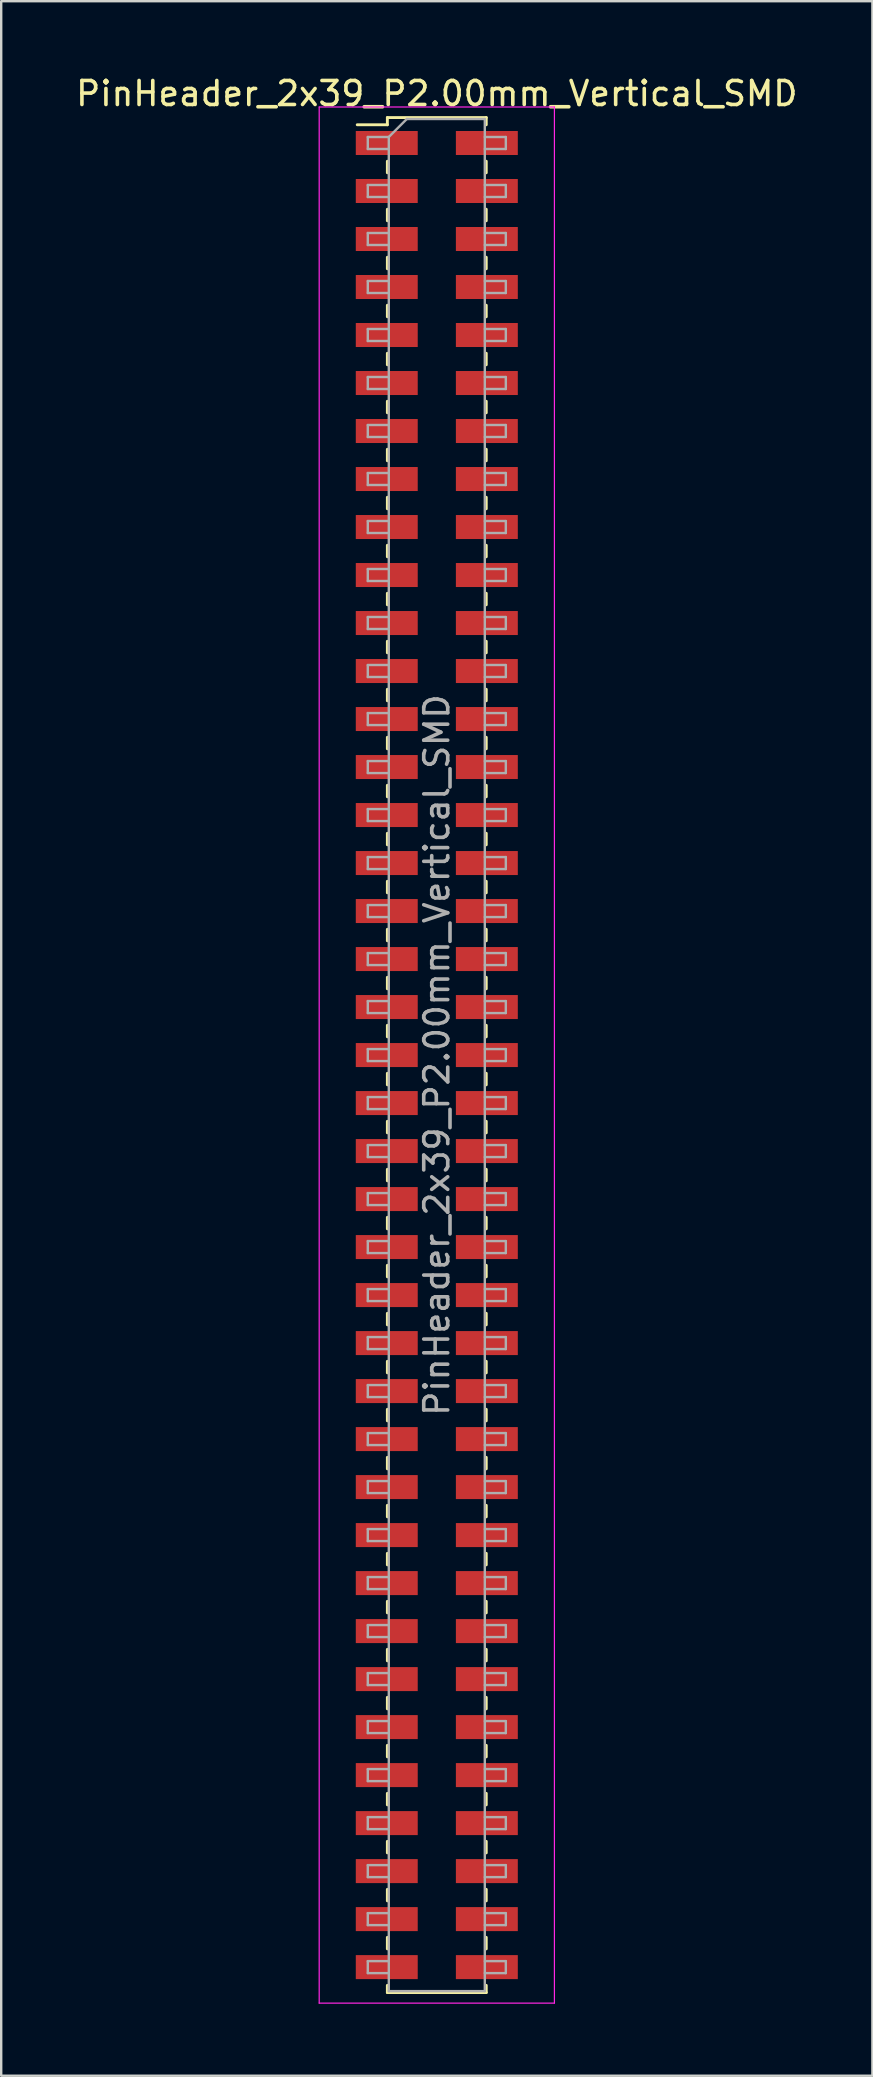
<source format=kicad_pcb>
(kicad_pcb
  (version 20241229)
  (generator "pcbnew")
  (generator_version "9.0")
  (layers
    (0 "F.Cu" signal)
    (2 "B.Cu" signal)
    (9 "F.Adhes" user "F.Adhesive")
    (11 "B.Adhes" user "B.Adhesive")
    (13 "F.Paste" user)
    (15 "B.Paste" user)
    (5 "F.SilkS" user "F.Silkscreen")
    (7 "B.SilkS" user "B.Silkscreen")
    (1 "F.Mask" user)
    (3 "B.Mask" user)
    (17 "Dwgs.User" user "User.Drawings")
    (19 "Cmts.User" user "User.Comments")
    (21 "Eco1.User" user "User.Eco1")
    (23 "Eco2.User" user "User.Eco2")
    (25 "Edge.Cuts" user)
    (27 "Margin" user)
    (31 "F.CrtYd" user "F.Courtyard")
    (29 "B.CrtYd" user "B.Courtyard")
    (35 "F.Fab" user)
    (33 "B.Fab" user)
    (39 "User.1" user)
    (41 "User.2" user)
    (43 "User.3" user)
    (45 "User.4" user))
  (footprint "PinHeader_2x39_P2.00mm_Vertical_SMD"
    (layer "F.Cu")
    (at 15.149 40.908)
    (property "Reference" "PinHeader_2x39_P2.00mm_Vertical_SMD" (at 0 -40.06 0) (layer "F.SilkS") (effects (font (size 1 1) (thickness 0.15))))
    (attr smd)
    (fp_line (start -3.315 -38.76) (end -2.06 -38.76) (stroke (width 0.12) (type solid)) (layer "F.SilkS"))
    (fp_line (start -2.06 -39.06) (end -2.06 -38.76) (stroke (width 0.12) (type solid)) (layer "F.SilkS"))
    (fp_line (start -2.06 -39.06) (end 2.06 -39.06) (stroke (width 0.12) (type solid)) (layer "F.SilkS"))
    (fp_line (start -2.06 -37.24) (end -2.06 -36.76) (stroke (width 0.12) (type solid)) (layer "F.SilkS"))
    (fp_line (start -2.06 -35.24) (end -2.06 -34.76) (stroke (width 0.12) (type solid)) (layer "F.SilkS"))
    (fp_line (start -2.06 -33.24) (end -2.06 -32.76) (stroke (width 0.12) (type solid)) (layer "F.SilkS"))
    (fp_line (start -2.06 -31.24) (end -2.06 -30.76) (stroke (width 0.12) (type solid)) (layer "F.SilkS"))
    (fp_line (start -2.06 -29.24) (end -2.06 -28.76) (stroke (width 0.12) (type solid)) (layer "F.SilkS"))
    (fp_line (start -2.06 -27.24) (end -2.06 -26.76) (stroke (width 0.12) (type solid)) (layer "F.SilkS"))
    (fp_line (start -2.06 -25.24) (end -2.06 -24.76) (stroke (width 0.12) (type solid)) (layer "F.SilkS"))
    (fp_line (start -2.06 -23.24) (end -2.06 -22.76) (stroke (width 0.12) (type solid)) (layer "F.SilkS"))
    (fp_line (start -2.06 -21.24) (end -2.06 -20.76) (stroke (width 0.12) (type solid)) (layer "F.SilkS"))
    (fp_line (start -2.06 -19.24) (end -2.06 -18.76) (stroke (width 0.12) (type solid)) (layer "F.SilkS"))
    (fp_line (start -2.06 -17.24) (end -2.06 -16.76) (stroke (width 0.12) (type solid)) (layer "F.SilkS"))
    (fp_line (start -2.06 -15.24) (end -2.06 -14.76) (stroke (width 0.12) (type solid)) (layer "F.SilkS"))
    (fp_line (start -2.06 -13.24) (end -2.06 -12.76) (stroke (width 0.12) (type solid)) (layer "F.SilkS"))
    (fp_line (start -2.06 -11.24) (end -2.06 -10.76) (stroke (width 0.12) (type solid)) (layer "F.SilkS"))
    (fp_line (start -2.06 -9.24) (end -2.06 -8.76) (stroke (width 0.12) (type solid)) (layer "F.SilkS"))
    (fp_line (start -2.06 -7.24) (end -2.06 -6.76) (stroke (width 0.12) (type solid)) (layer "F.SilkS"))
    (fp_line (start -2.06 -5.24) (end -2.06 -4.76) (stroke (width 0.12) (type solid)) (layer "F.SilkS"))
    (fp_line (start -2.06 -3.24) (end -2.06 -2.76) (stroke (width 0.12) (type solid)) (layer "F.SilkS"))
    (fp_line (start -2.06 -1.24) (end -2.06 -0.76) (stroke (width 0.12) (type solid)) (layer "F.SilkS"))
    (fp_line (start -2.06 0.76) (end -2.06 1.24) (stroke (width 0.12) (type solid)) (layer "F.SilkS"))
    (fp_line (start -2.06 2.76) (end -2.06 3.24) (stroke (width 0.12) (type solid)) (layer "F.SilkS"))
    (fp_line (start -2.06 4.76) (end -2.06 5.24) (stroke (width 0.12) (type solid)) (layer "F.SilkS"))
    (fp_line (start -2.06 6.76) (end -2.06 7.24) (stroke (width 0.12) (type solid)) (layer "F.SilkS"))
    (fp_line (start -2.06 8.76) (end -2.06 9.24) (stroke (width 0.12) (type solid)) (layer "F.SilkS"))
    (fp_line (start -2.06 10.76) (end -2.06 11.24) (stroke (width 0.12) (type solid)) (layer "F.SilkS"))
    (fp_line (start -2.06 12.76) (end -2.06 13.24) (stroke (width 0.12) (type solid)) (layer "F.SilkS"))
    (fp_line (start -2.06 14.76) (end -2.06 15.24) (stroke (width 0.12) (type solid)) (layer "F.SilkS"))
    (fp_line (start -2.06 16.76) (end -2.06 17.24) (stroke (width 0.12) (type solid)) (layer "F.SilkS"))
    (fp_line (start -2.06 18.76) (end -2.06 19.24) (stroke (width 0.12) (type solid)) (layer "F.SilkS"))
    (fp_line (start -2.06 20.76) (end -2.06 21.24) (stroke (width 0.12) (type solid)) (layer "F.SilkS"))
    (fp_line (start -2.06 22.76) (end -2.06 23.24) (stroke (width 0.12) (type solid)) (layer "F.SilkS"))
    (fp_line (start -2.06 24.76) (end -2.06 25.24) (stroke (width 0.12) (type solid)) (layer "F.SilkS"))
    (fp_line (start -2.06 26.76) (end -2.06 27.24) (stroke (width 0.12) (type solid)) (layer "F.SilkS"))
    (fp_line (start -2.06 28.76) (end -2.06 29.24) (stroke (width 0.12) (type solid)) (layer "F.SilkS"))
    (fp_line (start -2.06 30.76) (end -2.06 31.24) (stroke (width 0.12) (type solid)) (layer "F.SilkS"))
    (fp_line (start -2.06 32.76) (end -2.06 33.24) (stroke (width 0.12) (type solid)) (layer "F.SilkS"))
    (fp_line (start -2.06 34.76) (end -2.06 35.24) (stroke (width 0.12) (type solid)) (layer "F.SilkS"))
    (fp_line (start -2.06 36.76) (end -2.06 37.24) (stroke (width 0.12) (type solid)) (layer "F.SilkS"))
    (fp_line (start -2.06 38.76) (end -2.06 39.06) (stroke (width 0.12) (type solid)) (layer "F.SilkS"))
    (fp_line (start -2.06 39.06) (end 2.06 39.06) (stroke (width 0.12) (type solid)) (layer "F.SilkS"))
    (fp_line (start 2.06 -39.06) (end 2.06 -38.76) (stroke (width 0.12) (type solid)) (layer "F.SilkS"))
    (fp_line (start 2.06 -37.24) (end 2.06 -36.76) (stroke (width 0.12) (type solid)) (layer "F.SilkS"))
    (fp_line (start 2.06 -35.24) (end 2.06 -34.76) (stroke (width 0.12) (type solid)) (layer "F.SilkS"))
    (fp_line (start 2.06 -33.24) (end 2.06 -32.76) (stroke (width 0.12) (type solid)) (layer "F.SilkS"))
    (fp_line (start 2.06 -31.24) (end 2.06 -30.76) (stroke (width 0.12) (type solid)) (layer "F.SilkS"))
    (fp_line (start 2.06 -29.24) (end 2.06 -28.76) (stroke (width 0.12) (type solid)) (layer "F.SilkS"))
    (fp_line (start 2.06 -27.24) (end 2.06 -26.76) (stroke (width 0.12) (type solid)) (layer "F.SilkS"))
    (fp_line (start 2.06 -25.24) (end 2.06 -24.76) (stroke (width 0.12) (type solid)) (layer "F.SilkS"))
    (fp_line (start 2.06 -23.24) (end 2.06 -22.76) (stroke (width 0.12) (type solid)) (layer "F.SilkS"))
    (fp_line (start 2.06 -21.24) (end 2.06 -20.76) (stroke (width 0.12) (type solid)) (layer "F.SilkS"))
    (fp_line (start 2.06 -19.24) (end 2.06 -18.76) (stroke (width 0.12) (type solid)) (layer "F.SilkS"))
    (fp_line (start 2.06 -17.24) (end 2.06 -16.76) (stroke (width 0.12) (type solid)) (layer "F.SilkS"))
    (fp_line (start 2.06 -15.24) (end 2.06 -14.76) (stroke (width 0.12) (type solid)) (layer "F.SilkS"))
    (fp_line (start 2.06 -13.24) (end 2.06 -12.76) (stroke (width 0.12) (type solid)) (layer "F.SilkS"))
    (fp_line (start 2.06 -11.24) (end 2.06 -10.76) (stroke (width 0.12) (type solid)) (layer "F.SilkS"))
    (fp_line (start 2.06 -9.24) (end 2.06 -8.76) (stroke (width 0.12) (type solid)) (layer "F.SilkS"))
    (fp_line (start 2.06 -7.24) (end 2.06 -6.76) (stroke (width 0.12) (type solid)) (layer "F.SilkS"))
    (fp_line (start 2.06 -5.24) (end 2.06 -4.76) (stroke (width 0.12) (type solid)) (layer "F.SilkS"))
    (fp_line (start 2.06 -3.24) (end 2.06 -2.76) (stroke (width 0.12) (type solid)) (layer "F.SilkS"))
    (fp_line (start 2.06 -1.24) (end 2.06 -0.76) (stroke (width 0.12) (type solid)) (layer "F.SilkS"))
    (fp_line (start 2.06 0.76) (end 2.06 1.24) (stroke (width 0.12) (type solid)) (layer "F.SilkS"))
    (fp_line (start 2.06 2.76) (end 2.06 3.24) (stroke (width 0.12) (type solid)) (layer "F.SilkS"))
    (fp_line (start 2.06 4.76) (end 2.06 5.24) (stroke (width 0.12) (type solid)) (layer "F.SilkS"))
    (fp_line (start 2.06 6.76) (end 2.06 7.24) (stroke (width 0.12) (type solid)) (layer "F.SilkS"))
    (fp_line (start 2.06 8.76) (end 2.06 9.24) (stroke (width 0.12) (type solid)) (layer "F.SilkS"))
    (fp_line (start 2.06 10.76) (end 2.06 11.24) (stroke (width 0.12) (type solid)) (layer "F.SilkS"))
    (fp_line (start 2.06 12.76) (end 2.06 13.24) (stroke (width 0.12) (type solid)) (layer "F.SilkS"))
    (fp_line (start 2.06 14.76) (end 2.06 15.24) (stroke (width 0.12) (type solid)) (layer "F.SilkS"))
    (fp_line (start 2.06 16.76) (end 2.06 17.24) (stroke (width 0.12) (type solid)) (layer "F.SilkS"))
    (fp_line (start 2.06 18.76) (end 2.06 19.24) (stroke (width 0.12) (type solid)) (layer "F.SilkS"))
    (fp_line (start 2.06 20.76) (end 2.06 21.24) (stroke (width 0.12) (type solid)) (layer "F.SilkS"))
    (fp_line (start 2.06 22.76) (end 2.06 23.24) (stroke (width 0.12) (type solid)) (layer "F.SilkS"))
    (fp_line (start 2.06 24.76) (end 2.06 25.24) (stroke (width 0.12) (type solid)) (layer "F.SilkS"))
    (fp_line (start 2.06 26.76) (end 2.06 27.24) (stroke (width 0.12) (type solid)) (layer "F.SilkS"))
    (fp_line (start 2.06 28.76) (end 2.06 29.24) (stroke (width 0.12) (type solid)) (layer "F.SilkS"))
    (fp_line (start 2.06 30.76) (end 2.06 31.24) (stroke (width 0.12) (type solid)) (layer "F.SilkS"))
    (fp_line (start 2.06 32.76) (end 2.06 33.24) (stroke (width 0.12) (type solid)) (layer "F.SilkS"))
    (fp_line (start 2.06 34.76) (end 2.06 35.24) (stroke (width 0.12) (type solid)) (layer "F.SilkS"))
    (fp_line (start 2.06 36.76) (end 2.06 37.24) (stroke (width 0.12) (type solid)) (layer "F.SilkS"))
    (fp_line (start 2.06 38.76) (end 2.06 39.06) (stroke (width 0.12) (type solid)) (layer "F.SilkS"))
    (fp_line (start -4.9 -39.5) (end -4.9 39.5) (stroke (width 0.05) (type solid)) (layer "F.CrtYd"))
    (fp_line (start -4.9 39.5) (end 4.9 39.5) (stroke (width 0.05) (type solid)) (layer "F.CrtYd"))
    (fp_line (start 4.9 -39.5) (end -4.9 -39.5) (stroke (width 0.05) (type solid)) (layer "F.CrtYd"))
    (fp_line (start 4.9 39.5) (end 4.9 -39.5) (stroke (width 0.05) (type solid)) (layer "F.CrtYd"))
    (fp_line (start -2.875 -38.25) (end -2.875 -37.75) (stroke (width 0.1) (type solid)) (layer "F.Fab"))
    (fp_line (start -2.875 -37.75) (end -2 -37.75) (stroke (width 0.1) (type solid)) (layer "F.Fab"))
    (fp_line (start -2.875 -36.25) (end -2.875 -35.75) (stroke (width 0.1) (type solid)) (layer "F.Fab"))
    (fp_line (start -2.875 -35.75) (end -2 -35.75) (stroke (width 0.1) (type solid)) (layer "F.Fab"))
    (fp_line (start -2.875 -34.25) (end -2.875 -33.75) (stroke (width 0.1) (type solid)) (layer "F.Fab"))
    (fp_line (start -2.875 -33.75) (end -2 -33.75) (stroke (width 0.1) (type solid)) (layer "F.Fab"))
    (fp_line (start -2.875 -32.25) (end -2.875 -31.75) (stroke (width 0.1) (type solid)) (layer "F.Fab"))
    (fp_line (start -2.875 -31.75) (end -2 -31.75) (stroke (width 0.1) (type solid)) (layer "F.Fab"))
    (fp_line (start -2.875 -30.25) (end -2.875 -29.75) (stroke (width 0.1) (type solid)) (layer "F.Fab"))
    (fp_line (start -2.875 -29.75) (end -2 -29.75) (stroke (width 0.1) (type solid)) (layer "F.Fab"))
    (fp_line (start -2.875 -28.25) (end -2.875 -27.75) (stroke (width 0.1) (type solid)) (layer "F.Fab"))
    (fp_line (start -2.875 -27.75) (end -2 -27.75) (stroke (width 0.1) (type solid)) (layer "F.Fab"))
    (fp_line (start -2.875 -26.25) (end -2.875 -25.75) (stroke (width 0.1) (type solid)) (layer "F.Fab"))
    (fp_line (start -2.875 -25.75) (end -2 -25.75) (stroke (width 0.1) (type solid)) (layer "F.Fab"))
    (fp_line (start -2.875 -24.25) (end -2.875 -23.75) (stroke (width 0.1) (type solid)) (layer "F.Fab"))
    (fp_line (start -2.875 -23.75) (end -2 -23.75) (stroke (width 0.1) (type solid)) (layer "F.Fab"))
    (fp_line (start -2.875 -22.25) (end -2.875 -21.75) (stroke (width 0.1) (type solid)) (layer "F.Fab"))
    (fp_line (start -2.875 -21.75) (end -2 -21.75) (stroke (width 0.1) (type solid)) (layer "F.Fab"))
    (fp_line (start -2.875 -20.25) (end -2.875 -19.75) (stroke (width 0.1) (type solid)) (layer "F.Fab"))
    (fp_line (start -2.875 -19.75) (end -2 -19.75) (stroke (width 0.1) (type solid)) (layer "F.Fab"))
    (fp_line (start -2.875 -18.25) (end -2.875 -17.75) (stroke (width 0.1) (type solid)) (layer "F.Fab"))
    (fp_line (start -2.875 -17.75) (end -2 -17.75) (stroke (width 0.1) (type solid)) (layer "F.Fab"))
    (fp_line (start -2.875 -16.25) (end -2.875 -15.75) (stroke (width 0.1) (type solid)) (layer "F.Fab"))
    (fp_line (start -2.875 -15.75) (end -2 -15.75) (stroke (width 0.1) (type solid)) (layer "F.Fab"))
    (fp_line (start -2.875 -14.25) (end -2.875 -13.75) (stroke (width 0.1) (type solid)) (layer "F.Fab"))
    (fp_line (start -2.875 -13.75) (end -2 -13.75) (stroke (width 0.1) (type solid)) (layer "F.Fab"))
    (fp_line (start -2.875 -12.25) (end -2.875 -11.75) (stroke (width 0.1) (type solid)) (layer "F.Fab"))
    (fp_line (start -2.875 -11.75) (end -2 -11.75) (stroke (width 0.1) (type solid)) (layer "F.Fab"))
    (fp_line (start -2.875 -10.25) (end -2.875 -9.75) (stroke (width 0.1) (type solid)) (layer "F.Fab"))
    (fp_line (start -2.875 -9.75) (end -2 -9.75) (stroke (width 0.1) (type solid)) (layer "F.Fab"))
    (fp_line (start -2.875 -8.25) (end -2.875 -7.75) (stroke (width 0.1) (type solid)) (layer "F.Fab"))
    (fp_line (start -2.875 -7.75) (end -2 -7.75) (stroke (width 0.1) (type solid)) (layer "F.Fab"))
    (fp_line (start -2.875 -6.25) (end -2.875 -5.75) (stroke (width 0.1) (type solid)) (layer "F.Fab"))
    (fp_line (start -2.875 -5.75) (end -2 -5.75) (stroke (width 0.1) (type solid)) (layer "F.Fab"))
    (fp_line (start -2.875 -4.25) (end -2.875 -3.75) (stroke (width 0.1) (type solid)) (layer "F.Fab"))
    (fp_line (start -2.875 -3.75) (end -2 -3.75) (stroke (width 0.1) (type solid)) (layer "F.Fab"))
    (fp_line (start -2.875 -2.25) (end -2.875 -1.75) (stroke (width 0.1) (type solid)) (layer "F.Fab"))
    (fp_line (start -2.875 -1.75) (end -2 -1.75) (stroke (width 0.1) (type solid)) (layer "F.Fab"))
    (fp_line (start -2.875 -0.25) (end -2.875 0.25) (stroke (width 0.1) (type solid)) (layer "F.Fab"))
    (fp_line (start -2.875 0.25) (end -2 0.25) (stroke (width 0.1) (type solid)) (layer "F.Fab"))
    (fp_line (start -2.875 1.75) (end -2.875 2.25) (stroke (width 0.1) (type solid)) (layer "F.Fab"))
    (fp_line (start -2.875 2.25) (end -2 2.25) (stroke (width 0.1) (type solid)) (layer "F.Fab"))
    (fp_line (start -2.875 3.75) (end -2.875 4.25) (stroke (width 0.1) (type solid)) (layer "F.Fab"))
    (fp_line (start -2.875 4.25) (end -2 4.25) (stroke (width 0.1) (type solid)) (layer "F.Fab"))
    (fp_line (start -2.875 5.75) (end -2.875 6.25) (stroke (width 0.1) (type solid)) (layer "F.Fab"))
    (fp_line (start -2.875 6.25) (end -2 6.25) (stroke (width 0.1) (type solid)) (layer "F.Fab"))
    (fp_line (start -2.875 7.75) (end -2.875 8.25) (stroke (width 0.1) (type solid)) (layer "F.Fab"))
    (fp_line (start -2.875 8.25) (end -2 8.25) (stroke (width 0.1) (type solid)) (layer "F.Fab"))
    (fp_line (start -2.875 9.75) (end -2.875 10.25) (stroke (width 0.1) (type solid)) (layer "F.Fab"))
    (fp_line (start -2.875 10.25) (end -2 10.25) (stroke (width 0.1) (type solid)) (layer "F.Fab"))
    (fp_line (start -2.875 11.75) (end -2.875 12.25) (stroke (width 0.1) (type solid)) (layer "F.Fab"))
    (fp_line (start -2.875 12.25) (end -2 12.25) (stroke (width 0.1) (type solid)) (layer "F.Fab"))
    (fp_line (start -2.875 13.75) (end -2.875 14.25) (stroke (width 0.1) (type solid)) (layer "F.Fab"))
    (fp_line (start -2.875 14.25) (end -2 14.25) (stroke (width 0.1) (type solid)) (layer "F.Fab"))
    (fp_line (start -2.875 15.75) (end -2.875 16.25) (stroke (width 0.1) (type solid)) (layer "F.Fab"))
    (fp_line (start -2.875 16.25) (end -2 16.25) (stroke (width 0.1) (type solid)) (layer "F.Fab"))
    (fp_line (start -2.875 17.75) (end -2.875 18.25) (stroke (width 0.1) (type solid)) (layer "F.Fab"))
    (fp_line (start -2.875 18.25) (end -2 18.25) (stroke (width 0.1) (type solid)) (layer "F.Fab"))
    (fp_line (start -2.875 19.75) (end -2.875 20.25) (stroke (width 0.1) (type solid)) (layer "F.Fab"))
    (fp_line (start -2.875 20.25) (end -2 20.25) (stroke (width 0.1) (type solid)) (layer "F.Fab"))
    (fp_line (start -2.875 21.75) (end -2.875 22.25) (stroke (width 0.1) (type solid)) (layer "F.Fab"))
    (fp_line (start -2.875 22.25) (end -2 22.25) (stroke (width 0.1) (type solid)) (layer "F.Fab"))
    (fp_line (start -2.875 23.75) (end -2.875 24.25) (stroke (width 0.1) (type solid)) (layer "F.Fab"))
    (fp_line (start -2.875 24.25) (end -2 24.25) (stroke (width 0.1) (type solid)) (layer "F.Fab"))
    (fp_line (start -2.875 25.75) (end -2.875 26.25) (stroke (width 0.1) (type solid)) (layer "F.Fab"))
    (fp_line (start -2.875 26.25) (end -2 26.25) (stroke (width 0.1) (type solid)) (layer "F.Fab"))
    (fp_line (start -2.875 27.75) (end -2.875 28.25) (stroke (width 0.1) (type solid)) (layer "F.Fab"))
    (fp_line (start -2.875 28.25) (end -2 28.25) (stroke (width 0.1) (type solid)) (layer "F.Fab"))
    (fp_line (start -2.875 29.75) (end -2.875 30.25) (stroke (width 0.1) (type solid)) (layer "F.Fab"))
    (fp_line (start -2.875 30.25) (end -2 30.25) (stroke (width 0.1) (type solid)) (layer "F.Fab"))
    (fp_line (start -2.875 31.75) (end -2.875 32.25) (stroke (width 0.1) (type solid)) (layer "F.Fab"))
    (fp_line (start -2.875 32.25) (end -2 32.25) (stroke (width 0.1) (type solid)) (layer "F.Fab"))
    (fp_line (start -2.875 33.75) (end -2.875 34.25) (stroke (width 0.1) (type solid)) (layer "F.Fab"))
    (fp_line (start -2.875 34.25) (end -2 34.25) (stroke (width 0.1) (type solid)) (layer "F.Fab"))
    (fp_line (start -2.875 35.75) (end -2.875 36.25) (stroke (width 0.1) (type solid)) (layer "F.Fab"))
    (fp_line (start -2.875 36.25) (end -2 36.25) (stroke (width 0.1) (type solid)) (layer "F.Fab"))
    (fp_line (start -2.875 37.75) (end -2.875 38.25) (stroke (width 0.1) (type solid)) (layer "F.Fab"))
    (fp_line (start -2.875 38.25) (end -2 38.25) (stroke (width 0.1) (type solid)) (layer "F.Fab"))
    (fp_line (start -2 -38.25) (end -2.875 -38.25) (stroke (width 0.1) (type solid)) (layer "F.Fab"))
    (fp_line (start -2 -38.25) (end -1.25 -39) (stroke (width 0.1) (type solid)) (layer "F.Fab"))
    (fp_line (start -2 -36.25) (end -2.875 -36.25) (stroke (width 0.1) (type solid)) (layer "F.Fab"))
    (fp_line (start -2 -34.25) (end -2.875 -34.25) (stroke (width 0.1) (type solid)) (layer "F.Fab"))
    (fp_line (start -2 -32.25) (end -2.875 -32.25) (stroke (width 0.1) (type solid)) (layer "F.Fab"))
    (fp_line (start -2 -30.25) (end -2.875 -30.25) (stroke (width 0.1) (type solid)) (layer "F.Fab"))
    (fp_line (start -2 -28.25) (end -2.875 -28.25) (stroke (width 0.1) (type solid)) (layer "F.Fab"))
    (fp_line (start -2 -26.25) (end -2.875 -26.25) (stroke (width 0.1) (type solid)) (layer "F.Fab"))
    (fp_line (start -2 -24.25) (end -2.875 -24.25) (stroke (width 0.1) (type solid)) (layer "F.Fab"))
    (fp_line (start -2 -22.25) (end -2.875 -22.25) (stroke (width 0.1) (type solid)) (layer "F.Fab"))
    (fp_line (start -2 -20.25) (end -2.875 -20.25) (stroke (width 0.1) (type solid)) (layer "F.Fab"))
    (fp_line (start -2 -18.25) (end -2.875 -18.25) (stroke (width 0.1) (type solid)) (layer "F.Fab"))
    (fp_line (start -2 -16.25) (end -2.875 -16.25) (stroke (width 0.1) (type solid)) (layer "F.Fab"))
    (fp_line (start -2 -14.25) (end -2.875 -14.25) (stroke (width 0.1) (type solid)) (layer "F.Fab"))
    (fp_line (start -2 -12.25) (end -2.875 -12.25) (stroke (width 0.1) (type solid)) (layer "F.Fab"))
    (fp_line (start -2 -10.25) (end -2.875 -10.25) (stroke (width 0.1) (type solid)) (layer "F.Fab"))
    (fp_line (start -2 -8.25) (end -2.875 -8.25) (stroke (width 0.1) (type solid)) (layer "F.Fab"))
    (fp_line (start -2 -6.25) (end -2.875 -6.25) (stroke (width 0.1) (type solid)) (layer "F.Fab"))
    (fp_line (start -2 -4.25) (end -2.875 -4.25) (stroke (width 0.1) (type solid)) (layer "F.Fab"))
    (fp_line (start -2 -2.25) (end -2.875 -2.25) (stroke (width 0.1) (type solid)) (layer "F.Fab"))
    (fp_line (start -2 -0.25) (end -2.875 -0.25) (stroke (width 0.1) (type solid)) (layer "F.Fab"))
    (fp_line (start -2 1.75) (end -2.875 1.75) (stroke (width 0.1) (type solid)) (layer "F.Fab"))
    (fp_line (start -2 3.75) (end -2.875 3.75) (stroke (width 0.1) (type solid)) (layer "F.Fab"))
    (fp_line (start -2 5.75) (end -2.875 5.75) (stroke (width 0.1) (type solid)) (layer "F.Fab"))
    (fp_line (start -2 7.75) (end -2.875 7.75) (stroke (width 0.1) (type solid)) (layer "F.Fab"))
    (fp_line (start -2 9.75) (end -2.875 9.75) (stroke (width 0.1) (type solid)) (layer "F.Fab"))
    (fp_line (start -2 11.75) (end -2.875 11.75) (stroke (width 0.1) (type solid)) (layer "F.Fab"))
    (fp_line (start -2 13.75) (end -2.875 13.75) (stroke (width 0.1) (type solid)) (layer "F.Fab"))
    (fp_line (start -2 15.75) (end -2.875 15.75) (stroke (width 0.1) (type solid)) (layer "F.Fab"))
    (fp_line (start -2 17.75) (end -2.875 17.75) (stroke (width 0.1) (type solid)) (layer "F.Fab"))
    (fp_line (start -2 19.75) (end -2.875 19.75) (stroke (width 0.1) (type solid)) (layer "F.Fab"))
    (fp_line (start -2 21.75) (end -2.875 21.75) (stroke (width 0.1) (type solid)) (layer "F.Fab"))
    (fp_line (start -2 23.75) (end -2.875 23.75) (stroke (width 0.1) (type solid)) (layer "F.Fab"))
    (fp_line (start -2 25.75) (end -2.875 25.75) (stroke (width 0.1) (type solid)) (layer "F.Fab"))
    (fp_line (start -2 27.75) (end -2.875 27.75) (stroke (width 0.1) (type solid)) (layer "F.Fab"))
    (fp_line (start -2 29.75) (end -2.875 29.75) (stroke (width 0.1) (type solid)) (layer "F.Fab"))
    (fp_line (start -2 31.75) (end -2.875 31.75) (stroke (width 0.1) (type solid)) (layer "F.Fab"))
    (fp_line (start -2 33.75) (end -2.875 33.75) (stroke (width 0.1) (type solid)) (layer "F.Fab"))
    (fp_line (start -2 35.75) (end -2.875 35.75) (stroke (width 0.1) (type solid)) (layer "F.Fab"))
    (fp_line (start -2 37.75) (end -2.875 37.75) (stroke (width 0.1) (type solid)) (layer "F.Fab"))
    (fp_line (start -2 39) (end -2 -38.25) (stroke (width 0.1) (type solid)) (layer "F.Fab"))
    (fp_line (start -1.25 -39) (end 2 -39) (stroke (width 0.1) (type solid)) (layer "F.Fab"))
    (fp_line (start 2 -39) (end 2 39) (stroke (width 0.1) (type solid)) (layer "F.Fab"))
    (fp_line (start 2 -38.25) (end 2.875 -38.25) (stroke (width 0.1) (type solid)) (layer "F.Fab"))
    (fp_line (start 2 -36.25) (end 2.875 -36.25) (stroke (width 0.1) (type solid)) (layer "F.Fab"))
    (fp_line (start 2 -34.25) (end 2.875 -34.25) (stroke (width 0.1) (type solid)) (layer "F.Fab"))
    (fp_line (start 2 -32.25) (end 2.875 -32.25) (stroke (width 0.1) (type solid)) (layer "F.Fab"))
    (fp_line (start 2 -30.25) (end 2.875 -30.25) (stroke (width 0.1) (type solid)) (layer "F.Fab"))
    (fp_line (start 2 -28.25) (end 2.875 -28.25) (stroke (width 0.1) (type solid)) (layer "F.Fab"))
    (fp_line (start 2 -26.25) (end 2.875 -26.25) (stroke (width 0.1) (type solid)) (layer "F.Fab"))
    (fp_line (start 2 -24.25) (end 2.875 -24.25) (stroke (width 0.1) (type solid)) (layer "F.Fab"))
    (fp_line (start 2 -22.25) (end 2.875 -22.25) (stroke (width 0.1) (type solid)) (layer "F.Fab"))
    (fp_line (start 2 -20.25) (end 2.875 -20.25) (stroke (width 0.1) (type solid)) (layer "F.Fab"))
    (fp_line (start 2 -18.25) (end 2.875 -18.25) (stroke (width 0.1) (type solid)) (layer "F.Fab"))
    (fp_line (start 2 -16.25) (end 2.875 -16.25) (stroke (width 0.1) (type solid)) (layer "F.Fab"))
    (fp_line (start 2 -14.25) (end 2.875 -14.25) (stroke (width 0.1) (type solid)) (layer "F.Fab"))
    (fp_line (start 2 -12.25) (end 2.875 -12.25) (stroke (width 0.1) (type solid)) (layer "F.Fab"))
    (fp_line (start 2 -10.25) (end 2.875 -10.25) (stroke (width 0.1) (type solid)) (layer "F.Fab"))
    (fp_line (start 2 -8.25) (end 2.875 -8.25) (stroke (width 0.1) (type solid)) (layer "F.Fab"))
    (fp_line (start 2 -6.25) (end 2.875 -6.25) (stroke (width 0.1) (type solid)) (layer "F.Fab"))
    (fp_line (start 2 -4.25) (end 2.875 -4.25) (stroke (width 0.1) (type solid)) (layer "F.Fab"))
    (fp_line (start 2 -2.25) (end 2.875 -2.25) (stroke (width 0.1) (type solid)) (layer "F.Fab"))
    (fp_line (start 2 -0.25) (end 2.875 -0.25) (stroke (width 0.1) (type solid)) (layer "F.Fab"))
    (fp_line (start 2 1.75) (end 2.875 1.75) (stroke (width 0.1) (type solid)) (layer "F.Fab"))
    (fp_line (start 2 3.75) (end 2.875 3.75) (stroke (width 0.1) (type solid)) (layer "F.Fab"))
    (fp_line (start 2 5.75) (end 2.875 5.75) (stroke (width 0.1) (type solid)) (layer "F.Fab"))
    (fp_line (start 2 7.75) (end 2.875 7.75) (stroke (width 0.1) (type solid)) (layer "F.Fab"))
    (fp_line (start 2 9.75) (end 2.875 9.75) (stroke (width 0.1) (type solid)) (layer "F.Fab"))
    (fp_line (start 2 11.75) (end 2.875 11.75) (stroke (width 0.1) (type solid)) (layer "F.Fab"))
    (fp_line (start 2 13.75) (end 2.875 13.75) (stroke (width 0.1) (type solid)) (layer "F.Fab"))
    (fp_line (start 2 15.75) (end 2.875 15.75) (stroke (width 0.1) (type solid)) (layer "F.Fab"))
    (fp_line (start 2 17.75) (end 2.875 17.75) (stroke (width 0.1) (type solid)) (layer "F.Fab"))
    (fp_line (start 2 19.75) (end 2.875 19.75) (stroke (width 0.1) (type solid)) (layer "F.Fab"))
    (fp_line (start 2 21.75) (end 2.875 21.75) (stroke (width 0.1) (type solid)) (layer "F.Fab"))
    (fp_line (start 2 23.75) (end 2.875 23.75) (stroke (width 0.1) (type solid)) (layer "F.Fab"))
    (fp_line (start 2 25.75) (end 2.875 25.75) (stroke (width 0.1) (type solid)) (layer "F.Fab"))
    (fp_line (start 2 27.75) (end 2.875 27.75) (stroke (width 0.1) (type solid)) (layer "F.Fab"))
    (fp_line (start 2 29.75) (end 2.875 29.75) (stroke (width 0.1) (type solid)) (layer "F.Fab"))
    (fp_line (start 2 31.75) (end 2.875 31.75) (stroke (width 0.1) (type solid)) (layer "F.Fab"))
    (fp_line (start 2 33.75) (end 2.875 33.75) (stroke (width 0.1) (type solid)) (layer "F.Fab"))
    (fp_line (start 2 35.75) (end 2.875 35.75) (stroke (width 0.1) (type solid)) (layer "F.Fab"))
    (fp_line (start 2 37.75) (end 2.875 37.75) (stroke (width 0.1) (type solid)) (layer "F.Fab"))
    (fp_line (start 2 39) (end -2 39) (stroke (width 0.1) (type solid)) (layer "F.Fab"))
    (fp_line (start 2.875 -38.25) (end 2.875 -37.75) (stroke (width 0.1) (type solid)) (layer "F.Fab"))
    (fp_line (start 2.875 -37.75) (end 2 -37.75) (stroke (width 0.1) (type solid)) (layer "F.Fab"))
    (fp_line (start 2.875 -36.25) (end 2.875 -35.75) (stroke (width 0.1) (type solid)) (layer "F.Fab"))
    (fp_line (start 2.875 -35.75) (end 2 -35.75) (stroke (width 0.1) (type solid)) (layer "F.Fab"))
    (fp_line (start 2.875 -34.25) (end 2.875 -33.75) (stroke (width 0.1) (type solid)) (layer "F.Fab"))
    (fp_line (start 2.875 -33.75) (end 2 -33.75) (stroke (width 0.1) (type solid)) (layer "F.Fab"))
    (fp_line (start 2.875 -32.25) (end 2.875 -31.75) (stroke (width 0.1) (type solid)) (layer "F.Fab"))
    (fp_line (start 2.875 -31.75) (end 2 -31.75) (stroke (width 0.1) (type solid)) (layer "F.Fab"))
    (fp_line (start 2.875 -30.25) (end 2.875 -29.75) (stroke (width 0.1) (type solid)) (layer "F.Fab"))
    (fp_line (start 2.875 -29.75) (end 2 -29.75) (stroke (width 0.1) (type solid)) (layer "F.Fab"))
    (fp_line (start 2.875 -28.25) (end 2.875 -27.75) (stroke (width 0.1) (type solid)) (layer "F.Fab"))
    (fp_line (start 2.875 -27.75) (end 2 -27.75) (stroke (width 0.1) (type solid)) (layer "F.Fab"))
    (fp_line (start 2.875 -26.25) (end 2.875 -25.75) (stroke (width 0.1) (type solid)) (layer "F.Fab"))
    (fp_line (start 2.875 -25.75) (end 2 -25.75) (stroke (width 0.1) (type solid)) (layer "F.Fab"))
    (fp_line (start 2.875 -24.25) (end 2.875 -23.75) (stroke (width 0.1) (type solid)) (layer "F.Fab"))
    (fp_line (start 2.875 -23.75) (end 2 -23.75) (stroke (width 0.1) (type solid)) (layer "F.Fab"))
    (fp_line (start 2.875 -22.25) (end 2.875 -21.75) (stroke (width 0.1) (type solid)) (layer "F.Fab"))
    (fp_line (start 2.875 -21.75) (end 2 -21.75) (stroke (width 0.1) (type solid)) (layer "F.Fab"))
    (fp_line (start 2.875 -20.25) (end 2.875 -19.75) (stroke (width 0.1) (type solid)) (layer "F.Fab"))
    (fp_line (start 2.875 -19.75) (end 2 -19.75) (stroke (width 0.1) (type solid)) (layer "F.Fab"))
    (fp_line (start 2.875 -18.25) (end 2.875 -17.75) (stroke (width 0.1) (type solid)) (layer "F.Fab"))
    (fp_line (start 2.875 -17.75) (end 2 -17.75) (stroke (width 0.1) (type solid)) (layer "F.Fab"))
    (fp_line (start 2.875 -16.25) (end 2.875 -15.75) (stroke (width 0.1) (type solid)) (layer "F.Fab"))
    (fp_line (start 2.875 -15.75) (end 2 -15.75) (stroke (width 0.1) (type solid)) (layer "F.Fab"))
    (fp_line (start 2.875 -14.25) (end 2.875 -13.75) (stroke (width 0.1) (type solid)) (layer "F.Fab"))
    (fp_line (start 2.875 -13.75) (end 2 -13.75) (stroke (width 0.1) (type solid)) (layer "F.Fab"))
    (fp_line (start 2.875 -12.25) (end 2.875 -11.75) (stroke (width 0.1) (type solid)) (layer "F.Fab"))
    (fp_line (start 2.875 -11.75) (end 2 -11.75) (stroke (width 0.1) (type solid)) (layer "F.Fab"))
    (fp_line (start 2.875 -10.25) (end 2.875 -9.75) (stroke (width 0.1) (type solid)) (layer "F.Fab"))
    (fp_line (start 2.875 -9.75) (end 2 -9.75) (stroke (width 0.1) (type solid)) (layer "F.Fab"))
    (fp_line (start 2.875 -8.25) (end 2.875 -7.75) (stroke (width 0.1) (type solid)) (layer "F.Fab"))
    (fp_line (start 2.875 -7.75) (end 2 -7.75) (stroke (width 0.1) (type solid)) (layer "F.Fab"))
    (fp_line (start 2.875 -6.25) (end 2.875 -5.75) (stroke (width 0.1) (type solid)) (layer "F.Fab"))
    (fp_line (start 2.875 -5.75) (end 2 -5.75) (stroke (width 0.1) (type solid)) (layer "F.Fab"))
    (fp_line (start 2.875 -4.25) (end 2.875 -3.75) (stroke (width 0.1) (type solid)) (layer "F.Fab"))
    (fp_line (start 2.875 -3.75) (end 2 -3.75) (stroke (width 0.1) (type solid)) (layer "F.Fab"))
    (fp_line (start 2.875 -2.25) (end 2.875 -1.75) (stroke (width 0.1) (type solid)) (layer "F.Fab"))
    (fp_line (start 2.875 -1.75) (end 2 -1.75) (stroke (width 0.1) (type solid)) (layer "F.Fab"))
    (fp_line (start 2.875 -0.25) (end 2.875 0.25) (stroke (width 0.1) (type solid)) (layer "F.Fab"))
    (fp_line (start 2.875 0.25) (end 2 0.25) (stroke (width 0.1) (type solid)) (layer "F.Fab"))
    (fp_line (start 2.875 1.75) (end 2.875 2.25) (stroke (width 0.1) (type solid)) (layer "F.Fab"))
    (fp_line (start 2.875 2.25) (end 2 2.25) (stroke (width 0.1) (type solid)) (layer "F.Fab"))
    (fp_line (start 2.875 3.75) (end 2.875 4.25) (stroke (width 0.1) (type solid)) (layer "F.Fab"))
    (fp_line (start 2.875 4.25) (end 2 4.25) (stroke (width 0.1) (type solid)) (layer "F.Fab"))
    (fp_line (start 2.875 5.75) (end 2.875 6.25) (stroke (width 0.1) (type solid)) (layer "F.Fab"))
    (fp_line (start 2.875 6.25) (end 2 6.25) (stroke (width 0.1) (type solid)) (layer "F.Fab"))
    (fp_line (start 2.875 7.75) (end 2.875 8.25) (stroke (width 0.1) (type solid)) (layer "F.Fab"))
    (fp_line (start 2.875 8.25) (end 2 8.25) (stroke (width 0.1) (type solid)) (layer "F.Fab"))
    (fp_line (start 2.875 9.75) (end 2.875 10.25) (stroke (width 0.1) (type solid)) (layer "F.Fab"))
    (fp_line (start 2.875 10.25) (end 2 10.25) (stroke (width 0.1) (type solid)) (layer "F.Fab"))
    (fp_line (start 2.875 11.75) (end 2.875 12.25) (stroke (width 0.1) (type solid)) (layer "F.Fab"))
    (fp_line (start 2.875 12.25) (end 2 12.25) (stroke (width 0.1) (type solid)) (layer "F.Fab"))
    (fp_line (start 2.875 13.75) (end 2.875 14.25) (stroke (width 0.1) (type solid)) (layer "F.Fab"))
    (fp_line (start 2.875 14.25) (end 2 14.25) (stroke (width 0.1) (type solid)) (layer "F.Fab"))
    (fp_line (start 2.875 15.75) (end 2.875 16.25) (stroke (width 0.1) (type solid)) (layer "F.Fab"))
    (fp_line (start 2.875 16.25) (end 2 16.25) (stroke (width 0.1) (type solid)) (layer "F.Fab"))
    (fp_line (start 2.875 17.75) (end 2.875 18.25) (stroke (width 0.1) (type solid)) (layer "F.Fab"))
    (fp_line (start 2.875 18.25) (end 2 18.25) (stroke (width 0.1) (type solid)) (layer "F.Fab"))
    (fp_line (start 2.875 19.75) (end 2.875 20.25) (stroke (width 0.1) (type solid)) (layer "F.Fab"))
    (fp_line (start 2.875 20.25) (end 2 20.25) (stroke (width 0.1) (type solid)) (layer "F.Fab"))
    (fp_line (start 2.875 21.75) (end 2.875 22.25) (stroke (width 0.1) (type solid)) (layer "F.Fab"))
    (fp_line (start 2.875 22.25) (end 2 22.25) (stroke (width 0.1) (type solid)) (layer "F.Fab"))
    (fp_line (start 2.875 23.75) (end 2.875 24.25) (stroke (width 0.1) (type solid)) (layer "F.Fab"))
    (fp_line (start 2.875 24.25) (end 2 24.25) (stroke (width 0.1) (type solid)) (layer "F.Fab"))
    (fp_line (start 2.875 25.75) (end 2.875 26.25) (stroke (width 0.1) (type solid)) (layer "F.Fab"))
    (fp_line (start 2.875 26.25) (end 2 26.25) (stroke (width 0.1) (type solid)) (layer "F.Fab"))
    (fp_line (start 2.875 27.75) (end 2.875 28.25) (stroke (width 0.1) (type solid)) (layer "F.Fab"))
    (fp_line (start 2.875 28.25) (end 2 28.25) (stroke (width 0.1) (type solid)) (layer "F.Fab"))
    (fp_line (start 2.875 29.75) (end 2.875 30.25) (stroke (width 0.1) (type solid)) (layer "F.Fab"))
    (fp_line (start 2.875 30.25) (end 2 30.25) (stroke (width 0.1) (type solid)) (layer "F.Fab"))
    (fp_line (start 2.875 31.75) (end 2.875 32.25) (stroke (width 0.1) (type solid)) (layer "F.Fab"))
    (fp_line (start 2.875 32.25) (end 2 32.25) (stroke (width 0.1) (type solid)) (layer "F.Fab"))
    (fp_line (start 2.875 33.75) (end 2.875 34.25) (stroke (width 0.1) (type solid)) (layer "F.Fab"))
    (fp_line (start 2.875 34.25) (end 2 34.25) (stroke (width 0.1) (type solid)) (layer "F.Fab"))
    (fp_line (start 2.875 35.75) (end 2.875 36.25) (stroke (width 0.1) (type solid)) (layer "F.Fab"))
    (fp_line (start 2.875 36.25) (end 2 36.25) (stroke (width 0.1) (type solid)) (layer "F.Fab"))
    (fp_line (start 2.875 37.75) (end 2.875 38.25) (stroke (width 0.1) (type solid)) (layer "F.Fab"))
    (fp_line (start 2.875 38.25) (end 2 38.25) (stroke (width 0.1) (type solid)) (layer "F.Fab"))
    (fp_text user "${REFERENCE}" (at 0 0 90) (layer "F.Fab") (effects (font (size 1 1) (thickness 0.15))))
    (pad "1" smd rect (at -2.085 -38) (size 2.58 1) (layers "F.Cu" "F.Mask" "F.Paste"))
    (pad "2" smd rect (at 2.085 -38) (size 2.58 1) (layers "F.Cu" "F.Mask" "F.Paste"))
    (pad "3" smd rect (at -2.085 -36) (size 2.58 1) (layers "F.Cu" "F.Mask" "F.Paste"))
    (pad "4" smd rect (at 2.085 -36) (size 2.58 1) (layers "F.Cu" "F.Mask" "F.Paste"))
    (pad "5" smd rect (at -2.085 -34) (size 2.58 1) (layers "F.Cu" "F.Mask" "F.Paste"))
    (pad "6" smd rect (at 2.085 -34) (size 2.58 1) (layers "F.Cu" "F.Mask" "F.Paste"))
    (pad "7" smd rect (at -2.085 -32) (size 2.58 1) (layers "F.Cu" "F.Mask" "F.Paste"))
    (pad "8" smd rect (at 2.085 -32) (size 2.58 1) (layers "F.Cu" "F.Mask" "F.Paste"))
    (pad "9" smd rect (at -2.085 -30) (size 2.58 1) (layers "F.Cu" "F.Mask" "F.Paste"))
    (pad "10" smd rect (at 2.085 -30) (size 2.58 1) (layers "F.Cu" "F.Mask" "F.Paste"))
    (pad "11" smd rect (at -2.085 -28) (size 2.58 1) (layers "F.Cu" "F.Mask" "F.Paste"))
    (pad "12" smd rect (at 2.085 -28) (size 2.58 1) (layers "F.Cu" "F.Mask" "F.Paste"))
    (pad "13" smd rect (at -2.085 -26) (size 2.58 1) (layers "F.Cu" "F.Mask" "F.Paste"))
    (pad "14" smd rect (at 2.085 -26) (size 2.58 1) (layers "F.Cu" "F.Mask" "F.Paste"))
    (pad "15" smd rect (at -2.085 -24) (size 2.58 1) (layers "F.Cu" "F.Mask" "F.Paste"))
    (pad "16" smd rect (at 2.085 -24) (size 2.58 1) (layers "F.Cu" "F.Mask" "F.Paste"))
    (pad "17" smd rect (at -2.085 -22) (size 2.58 1) (layers "F.Cu" "F.Mask" "F.Paste"))
    (pad "18" smd rect (at 2.085 -22) (size 2.58 1) (layers "F.Cu" "F.Mask" "F.Paste"))
    (pad "19" smd rect (at -2.085 -20) (size 2.58 1) (layers "F.Cu" "F.Mask" "F.Paste"))
    (pad "20" smd rect (at 2.085 -20) (size 2.58 1) (layers "F.Cu" "F.Mask" "F.Paste"))
    (pad "21" smd rect (at -2.085 -18) (size 2.58 1) (layers "F.Cu" "F.Mask" "F.Paste"))
    (pad "22" smd rect (at 2.085 -18) (size 2.58 1) (layers "F.Cu" "F.Mask" "F.Paste"))
    (pad "23" smd rect (at -2.085 -16) (size 2.58 1) (layers "F.Cu" "F.Mask" "F.Paste"))
    (pad "24" smd rect (at 2.085 -16) (size 2.58 1) (layers "F.Cu" "F.Mask" "F.Paste"))
    (pad "25" smd rect (at -2.085 -14) (size 2.58 1) (layers "F.Cu" "F.Mask" "F.Paste"))
    (pad "26" smd rect (at 2.085 -14) (size 2.58 1) (layers "F.Cu" "F.Mask" "F.Paste"))
    (pad "27" smd rect (at -2.085 -12) (size 2.58 1) (layers "F.Cu" "F.Mask" "F.Paste"))
    (pad "28" smd rect (at 2.085 -12) (size 2.58 1) (layers "F.Cu" "F.Mask" "F.Paste"))
    (pad "29" smd rect (at -2.085 -10) (size 2.58 1) (layers "F.Cu" "F.Mask" "F.Paste"))
    (pad "30" smd rect (at 2.085 -10) (size 2.58 1) (layers "F.Cu" "F.Mask" "F.Paste"))
    (pad "31" smd rect (at -2.085 -8) (size 2.58 1) (layers "F.Cu" "F.Mask" "F.Paste"))
    (pad "32" smd rect (at 2.085 -8) (size 2.58 1) (layers "F.Cu" "F.Mask" "F.Paste"))
    (pad "33" smd rect (at -2.085 -6) (size 2.58 1) (layers "F.Cu" "F.Mask" "F.Paste"))
    (pad "34" smd rect (at 2.085 -6) (size 2.58 1) (layers "F.Cu" "F.Mask" "F.Paste"))
    (pad "35" smd rect (at -2.085 -4) (size 2.58 1) (layers "F.Cu" "F.Mask" "F.Paste"))
    (pad "36" smd rect (at 2.085 -4) (size 2.58 1) (layers "F.Cu" "F.Mask" "F.Paste"))
    (pad "37" smd rect (at -2.085 -2) (size 2.58 1) (layers "F.Cu" "F.Mask" "F.Paste"))
    (pad "38" smd rect (at 2.085 -2) (size 2.58 1) (layers "F.Cu" "F.Mask" "F.Paste"))
    (pad "39" smd rect (at -2.085 0) (size 2.58 1) (layers "F.Cu" "F.Mask" "F.Paste"))
    (pad "40" smd rect (at 2.085 0) (size 2.58 1) (layers "F.Cu" "F.Mask" "F.Paste"))
    (pad "41" smd rect (at -2.085 2) (size 2.58 1) (layers "F.Cu" "F.Mask" "F.Paste"))
    (pad "42" smd rect (at 2.085 2) (size 2.58 1) (layers "F.Cu" "F.Mask" "F.Paste"))
    (pad "43" smd rect (at -2.085 4) (size 2.58 1) (layers "F.Cu" "F.Mask" "F.Paste"))
    (pad "44" smd rect (at 2.085 4) (size 2.58 1) (layers "F.Cu" "F.Mask" "F.Paste"))
    (pad "45" smd rect (at -2.085 6) (size 2.58 1) (layers "F.Cu" "F.Mask" "F.Paste"))
    (pad "46" smd rect (at 2.085 6) (size 2.58 1) (layers "F.Cu" "F.Mask" "F.Paste"))
    (pad "47" smd rect (at -2.085 8) (size 2.58 1) (layers "F.Cu" "F.Mask" "F.Paste"))
    (pad "48" smd rect (at 2.085 8) (size 2.58 1) (layers "F.Cu" "F.Mask" "F.Paste"))
    (pad "49" smd rect (at -2.085 10) (size 2.58 1) (layers "F.Cu" "F.Mask" "F.Paste"))
    (pad "50" smd rect (at 2.085 10) (size 2.58 1) (layers "F.Cu" "F.Mask" "F.Paste"))
    (pad "51" smd rect (at -2.085 12) (size 2.58 1) (layers "F.Cu" "F.Mask" "F.Paste"))
    (pad "52" smd rect (at 2.085 12) (size 2.58 1) (layers "F.Cu" "F.Mask" "F.Paste"))
    (pad "53" smd rect (at -2.085 14) (size 2.58 1) (layers "F.Cu" "F.Mask" "F.Paste"))
    (pad "54" smd rect (at 2.085 14) (size 2.58 1) (layers "F.Cu" "F.Mask" "F.Paste"))
    (pad "55" smd rect (at -2.085 16) (size 2.58 1) (layers "F.Cu" "F.Mask" "F.Paste"))
    (pad "56" smd rect (at 2.085 16) (size 2.58 1) (layers "F.Cu" "F.Mask" "F.Paste"))
    (pad "57" smd rect (at -2.085 18) (size 2.58 1) (layers "F.Cu" "F.Mask" "F.Paste"))
    (pad "58" smd rect (at 2.085 18) (size 2.58 1) (layers "F.Cu" "F.Mask" "F.Paste"))
    (pad "59" smd rect (at -2.085 20) (size 2.58 1) (layers "F.Cu" "F.Mask" "F.Paste"))
    (pad "60" smd rect (at 2.085 20) (size 2.58 1) (layers "F.Cu" "F.Mask" "F.Paste"))
    (pad "61" smd rect (at -2.085 22) (size 2.58 1) (layers "F.Cu" "F.Mask" "F.Paste"))
    (pad "62" smd rect (at 2.085 22) (size 2.58 1) (layers "F.Cu" "F.Mask" "F.Paste"))
    (pad "63" smd rect (at -2.085 24) (size 2.58 1) (layers "F.Cu" "F.Mask" "F.Paste"))
    (pad "64" smd rect (at 2.085 24) (size 2.58 1) (layers "F.Cu" "F.Mask" "F.Paste"))
    (pad "65" smd rect (at -2.085 26) (size 2.58 1) (layers "F.Cu" "F.Mask" "F.Paste"))
    (pad "66" smd rect (at 2.085 26) (size 2.58 1) (layers "F.Cu" "F.Mask" "F.Paste"))
    (pad "67" smd rect (at -2.085 28) (size 2.58 1) (layers "F.Cu" "F.Mask" "F.Paste"))
    (pad "68" smd rect (at 2.085 28) (size 2.58 1) (layers "F.Cu" "F.Mask" "F.Paste"))
    (pad "69" smd rect (at -2.085 30) (size 2.58 1) (layers "F.Cu" "F.Mask" "F.Paste"))
    (pad "70" smd rect (at 2.085 30) (size 2.58 1) (layers "F.Cu" "F.Mask" "F.Paste"))
    (pad "71" smd rect (at -2.085 32) (size 2.58 1) (layers "F.Cu" "F.Mask" "F.Paste"))
    (pad "72" smd rect (at 2.085 32) (size 2.58 1) (layers "F.Cu" "F.Mask" "F.Paste"))
    (pad "73" smd rect (at -2.085 34) (size 2.58 1) (layers "F.Cu" "F.Mask" "F.Paste"))
    (pad "74" smd rect (at 2.085 34) (size 2.58 1) (layers "F.Cu" "F.Mask" "F.Paste"))
    (pad "75" smd rect (at -2.085 36) (size 2.58 1) (layers "F.Cu" "F.Mask" "F.Paste"))
    (pad "76" smd rect (at 2.085 36) (size 2.58 1) (layers "F.Cu" "F.Mask" "F.Paste"))
    (pad "77" smd rect (at -2.085 38) (size 2.58 1) (layers "F.Cu" "F.Mask" "F.Paste"))
    (pad "78" smd rect (at 2.085 38) (size 2.58 1) (layers "F.Cu" "F.Mask" "F.Paste")))
  (gr_rect
    (start -3 -3)
    (end 33.298 83.433)
    (stroke (width 0.1) (type default))
    (fill no)
    (layer "Edge.Cuts")))
</source>
